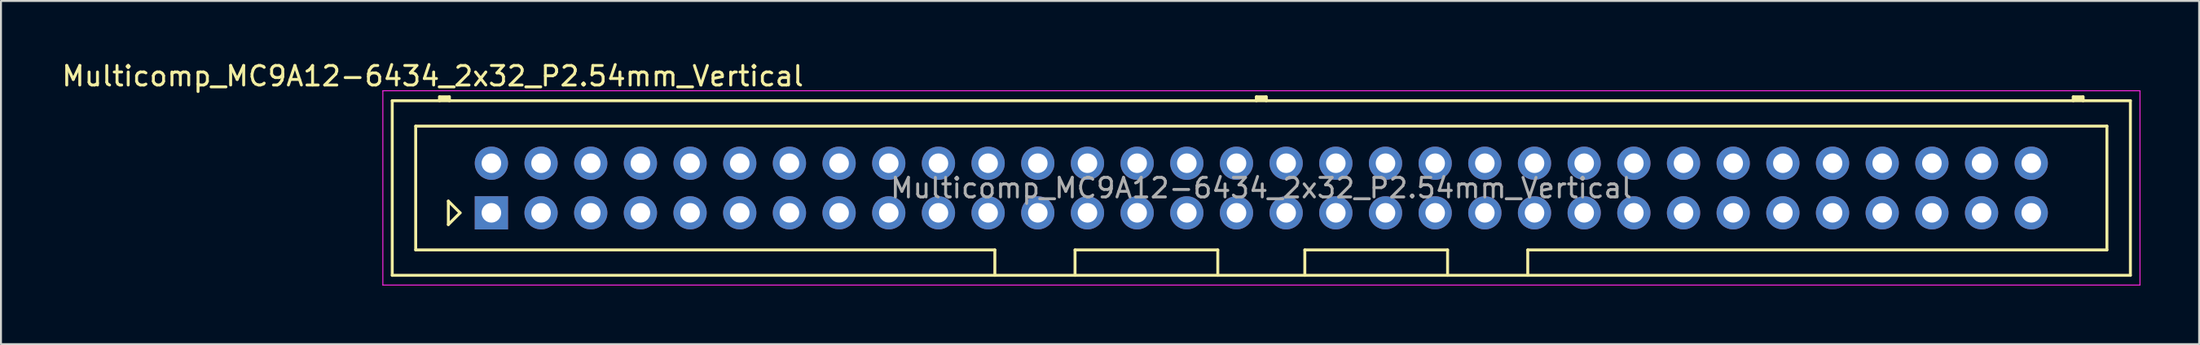
<source format=kicad_pcb>
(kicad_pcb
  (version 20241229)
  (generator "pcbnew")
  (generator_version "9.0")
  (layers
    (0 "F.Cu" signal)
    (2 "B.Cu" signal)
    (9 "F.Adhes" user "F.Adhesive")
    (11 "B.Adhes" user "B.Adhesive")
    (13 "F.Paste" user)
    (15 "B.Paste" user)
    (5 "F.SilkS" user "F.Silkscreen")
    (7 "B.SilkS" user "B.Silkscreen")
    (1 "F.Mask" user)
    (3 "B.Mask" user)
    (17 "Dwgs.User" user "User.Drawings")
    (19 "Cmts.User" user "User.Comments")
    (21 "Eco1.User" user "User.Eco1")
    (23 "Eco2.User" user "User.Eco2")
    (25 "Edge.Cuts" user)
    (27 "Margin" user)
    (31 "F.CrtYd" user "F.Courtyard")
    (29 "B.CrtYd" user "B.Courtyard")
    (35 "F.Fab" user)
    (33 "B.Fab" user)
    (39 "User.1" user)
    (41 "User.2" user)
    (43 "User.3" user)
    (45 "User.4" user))
  (footprint "Multicomp_MC9A12-6434_2x32_P2.54mm_Vertical"
    (layer "F.Cu")
    (at 22.077 7.848)
    (property "Reference" "Multicomp_MC9A12-6434_2x32_P2.54mm_Vertical" (at -3 -7 0) (layer "F.SilkS") (effects (font (size 1 1) (thickness 0.15))))
    (attr through_hole)
    (fp_line (start -5.07 -5.74) (end 83.81 -5.74) (stroke (width 0.15) (type solid)) (layer "F.SilkS"))
    (fp_line (start -5.07 3.2) (end -5.07 -5.74) (stroke (width 0.15) (type solid)) (layer "F.SilkS"))
    (fp_line (start -3.87 -4.44) (end 82.61 -4.44) (stroke (width 0.15) (type solid)) (layer "F.SilkS"))
    (fp_line (start -3.87 1.9) (end -3.87 -4.44) (stroke (width 0.15) (type solid)) (layer "F.SilkS"))
    (fp_line (start -2.65 -5.94) (end -2.15 -5.94) (stroke (width 0.15) (type solid)) (layer "F.SilkS"))
    (fp_line (start -2.65 -5.84) (end -2.15 -5.84) (stroke (width 0.15) (type solid)) (layer "F.SilkS"))
    (fp_line (start -2.65 -5.74) (end -2.65 -5.94) (stroke (width 0.15) (type solid)) (layer "F.SilkS"))
    (fp_line (start -2.2 -0.6) (end -1.6 0) (stroke (width 0.15) (type solid)) (layer "F.SilkS"))
    (fp_line (start -2.2 0.6) (end -2.2 -0.6) (stroke (width 0.15) (type solid)) (layer "F.SilkS"))
    (fp_line (start -2.15 -5.94) (end -2.15 -5.74) (stroke (width 0.15) (type solid)) (layer "F.SilkS"))
    (fp_line (start -1.6 0) (end -2.2 0.6) (stroke (width 0.15) (type solid)) (layer "F.SilkS"))
    (fp_line (start 25.745 1.9) (end -3.87 1.9) (stroke (width 0.15) (type solid)) (layer "F.SilkS"))
    (fp_line (start 25.745 3.2) (end 25.745 1.9) (stroke (width 0.15) (type solid)) (layer "F.SilkS"))
    (fp_line (start 29.845 1.9) (end 37.145 1.9) (stroke (width 0.15) (type solid)) (layer "F.SilkS"))
    (fp_line (start 29.845 3.2) (end 29.845 1.9) (stroke (width 0.15) (type solid)) (layer "F.SilkS"))
    (fp_line (start 37.145 1.9) (end 37.145 3.2) (stroke (width 0.15) (type solid)) (layer "F.SilkS"))
    (fp_line (start 39.12 -5.94) (end 39.62 -5.94) (stroke (width 0.15) (type solid)) (layer "F.SilkS"))
    (fp_line (start 39.12 -5.84) (end 39.62 -5.84) (stroke (width 0.15) (type solid)) (layer "F.SilkS"))
    (fp_line (start 39.12 -5.74) (end 39.12 -5.94) (stroke (width 0.15) (type solid)) (layer "F.SilkS"))
    (fp_line (start 39.62 -5.94) (end 39.62 -5.74) (stroke (width 0.15) (type solid)) (layer "F.SilkS"))
    (fp_line (start 41.595 1.9) (end 41.595 3.2) (stroke (width 0.15) (type solid)) (layer "F.SilkS"))
    (fp_line (start 48.895 1.9) (end 41.595 1.9) (stroke (width 0.15) (type solid)) (layer "F.SilkS"))
    (fp_line (start 48.895 3.2) (end 48.895 1.9) (stroke (width 0.15) (type solid)) (layer "F.SilkS"))
    (fp_line (start 52.995 1.9) (end 52.995 3.2) (stroke (width 0.15) (type solid)) (layer "F.SilkS"))
    (fp_line (start 80.89 -5.94) (end 81.39 -5.94) (stroke (width 0.15) (type solid)) (layer "F.SilkS"))
    (fp_line (start 80.89 -5.84) (end 81.39 -5.84) (stroke (width 0.15) (type solid)) (layer "F.SilkS"))
    (fp_line (start 80.89 -5.74) (end 80.89 -5.94) (stroke (width 0.15) (type solid)) (layer "F.SilkS"))
    (fp_line (start 81.39 -5.94) (end 81.39 -5.74) (stroke (width 0.15) (type solid)) (layer "F.SilkS"))
    (fp_line (start 82.61 -4.44) (end 82.61 1.9) (stroke (width 0.15) (type solid)) (layer "F.SilkS"))
    (fp_line (start 82.61 1.9) (end 52.995 1.9) (stroke (width 0.15) (type solid)) (layer "F.SilkS"))
    (fp_line (start 83.81 -5.74) (end 83.81 3.2) (stroke (width 0.15) (type solid)) (layer "F.SilkS"))
    (fp_line (start 83.81 3.2) (end -5.07 3.2) (stroke (width 0.15) (type solid)) (layer "F.SilkS"))
    (fp_line (start -5.55 -6.25) (end 84.3 -6.25) (stroke (width 0.05) (type solid)) (layer "F.CrtYd"))
    (fp_line (start -5.55 3.7) (end -5.55 -6.25) (stroke (width 0.05) (type solid)) (layer "F.CrtYd"))
    (fp_line (start 84.3 -6.25) (end 84.3 3.7) (stroke (width 0.05) (type solid)) (layer "F.CrtYd"))
    (fp_line (start 84.3 3.7) (end -5.55 3.7) (stroke (width 0.05) (type solid)) (layer "F.CrtYd"))
    (fp_text user "${REFERENCE}" (at 39.37 -1.27 0) (layer "F.Fab") (effects (font (size 1 1) (thickness 0.15))))
    (pad "1" thru_hole rect (at 0 0) (size 1.7 1.7) (drill 1) (layers "*.Cu" "*.Mask"))
    (pad "2" thru_hole circle (at 0 -2.54) (size 1.7 1.7) (drill 1) (layers "*.Cu" "*.Mask"))
    (pad "3" thru_hole circle (at 2.54 0) (size 1.7 1.7) (drill 1) (layers "*.Cu" "*.Mask"))
    (pad "4" thru_hole circle (at 2.54 -2.54) (size 1.7 1.7) (drill 1) (layers "*.Cu" "*.Mask"))
    (pad "5" thru_hole circle (at 5.08 0) (size 1.7 1.7) (drill 1) (layers "*.Cu" "*.Mask"))
    (pad "6" thru_hole circle (at 5.08 -2.54) (size 1.7 1.7) (drill 1) (layers "*.Cu" "*.Mask"))
    (pad "7" thru_hole circle (at 7.62 0) (size 1.7 1.7) (drill 1) (layers "*.Cu" "*.Mask"))
    (pad "8" thru_hole circle (at 7.62 -2.54) (size 1.7 1.7) (drill 1) (layers "*.Cu" "*.Mask"))
    (pad "9" thru_hole circle (at 10.16 0) (size 1.7 1.7) (drill 1) (layers "*.Cu" "*.Mask"))
    (pad "10" thru_hole circle (at 10.16 -2.54) (size 1.7 1.7) (drill 1) (layers "*.Cu" "*.Mask"))
    (pad "11" thru_hole circle (at 12.7 0) (size 1.7 1.7) (drill 1) (layers "*.Cu" "*.Mask"))
    (pad "12" thru_hole circle (at 12.7 -2.54) (size 1.7 1.7) (drill 1) (layers "*.Cu" "*.Mask"))
    (pad "13" thru_hole circle (at 15.24 0) (size 1.7 1.7) (drill 1) (layers "*.Cu" "*.Mask"))
    (pad "14" thru_hole circle (at 15.24 -2.54) (size 1.7 1.7) (drill 1) (layers "*.Cu" "*.Mask"))
    (pad "15" thru_hole circle (at 17.78 0) (size 1.7 1.7) (drill 1) (layers "*.Cu" "*.Mask"))
    (pad "16" thru_hole circle (at 17.78 -2.54) (size 1.7 1.7) (drill 1) (layers "*.Cu" "*.Mask"))
    (pad "17" thru_hole circle (at 20.32 0) (size 1.7 1.7) (drill 1) (layers "*.Cu" "*.Mask"))
    (pad "18" thru_hole circle (at 20.32 -2.54) (size 1.7 1.7) (drill 1) (layers "*.Cu" "*.Mask"))
    (pad "19" thru_hole circle (at 22.86 0) (size 1.7 1.7) (drill 1) (layers "*.Cu" "*.Mask"))
    (pad "20" thru_hole circle (at 22.86 -2.54) (size 1.7 1.7) (drill 1) (layers "*.Cu" "*.Mask"))
    (pad "21" thru_hole circle (at 25.4 0) (size 1.7 1.7) (drill 1) (layers "*.Cu" "*.Mask"))
    (pad "22" thru_hole circle (at 25.4 -2.54) (size 1.7 1.7) (drill 1) (layers "*.Cu" "*.Mask"))
    (pad "23" thru_hole circle (at 27.94 0) (size 1.7 1.7) (drill 1) (layers "*.Cu" "*.Mask"))
    (pad "24" thru_hole circle (at 27.94 -2.54) (size 1.7 1.7) (drill 1) (layers "*.Cu" "*.Mask"))
    (pad "25" thru_hole circle (at 30.48 0) (size 1.7 1.7) (drill 1) (layers "*.Cu" "*.Mask"))
    (pad "26" thru_hole circle (at 30.48 -2.54) (size 1.7 1.7) (drill 1) (layers "*.Cu" "*.Mask"))
    (pad "27" thru_hole circle (at 33.02 0) (size 1.7 1.7) (drill 1) (layers "*.Cu" "*.Mask"))
    (pad "28" thru_hole circle (at 33.02 -2.54) (size 1.7 1.7) (drill 1) (layers "*.Cu" "*.Mask"))
    (pad "29" thru_hole circle (at 35.56 0) (size 1.7 1.7) (drill 1) (layers "*.Cu" "*.Mask"))
    (pad "30" thru_hole circle (at 35.56 -2.54) (size 1.7 1.7) (drill 1) (layers "*.Cu" "*.Mask"))
    (pad "31" thru_hole circle (at 38.1 0) (size 1.7 1.7) (drill 1) (layers "*.Cu" "*.Mask"))
    (pad "32" thru_hole circle (at 38.1 -2.54) (size 1.7 1.7) (drill 1) (layers "*.Cu" "*.Mask"))
    (pad "33" thru_hole circle (at 40.64 0) (size 1.7 1.7) (drill 1) (layers "*.Cu" "*.Mask"))
    (pad "34" thru_hole circle (at 40.64 -2.54) (size 1.7 1.7) (drill 1) (layers "*.Cu" "*.Mask"))
    (pad "35" thru_hole circle (at 43.18 0) (size 1.7 1.7) (drill 1) (layers "*.Cu" "*.Mask"))
    (pad "36" thru_hole circle (at 43.18 -2.54) (size 1.7 1.7) (drill 1) (layers "*.Cu" "*.Mask"))
    (pad "37" thru_hole circle (at 45.72 0) (size 1.7 1.7) (drill 1) (layers "*.Cu" "*.Mask"))
    (pad "38" thru_hole circle (at 45.72 -2.54) (size 1.7 1.7) (drill 1) (layers "*.Cu" "*.Mask"))
    (pad "39" thru_hole circle (at 48.26 0) (size 1.7 1.7) (drill 1) (layers "*.Cu" "*.Mask"))
    (pad "40" thru_hole circle (at 48.26 -2.54) (size 1.7 1.7) (drill 1) (layers "*.Cu" "*.Mask"))
    (pad "41" thru_hole circle (at 50.8 0) (size 1.7 1.7) (drill 1) (layers "*.Cu" "*.Mask"))
    (pad "42" thru_hole circle (at 50.8 -2.54) (size 1.7 1.7) (drill 1) (layers "*.Cu" "*.Mask"))
    (pad "43" thru_hole circle (at 53.34 0) (size 1.7 1.7) (drill 1) (layers "*.Cu" "*.Mask"))
    (pad "44" thru_hole circle (at 53.34 -2.54) (size 1.7 1.7) (drill 1) (layers "*.Cu" "*.Mask"))
    (pad "45" thru_hole circle (at 55.88 0) (size 1.7 1.7) (drill 1) (layers "*.Cu" "*.Mask"))
    (pad "46" thru_hole circle (at 55.88 -2.54) (size 1.7 1.7) (drill 1) (layers "*.Cu" "*.Mask"))
    (pad "47" thru_hole circle (at 58.42 0) (size 1.7 1.7) (drill 1) (layers "*.Cu" "*.Mask"))
    (pad "48" thru_hole circle (at 58.42 -2.54) (size 1.7 1.7) (drill 1) (layers "*.Cu" "*.Mask"))
    (pad "49" thru_hole circle (at 60.96 0) (size 1.7 1.7) (drill 1) (layers "*.Cu" "*.Mask"))
    (pad "50" thru_hole circle (at 60.96 -2.54) (size 1.7 1.7) (drill 1) (layers "*.Cu" "*.Mask"))
    (pad "51" thru_hole circle (at 63.5 0) (size 1.7 1.7) (drill 1) (layers "*.Cu" "*.Mask"))
    (pad "52" thru_hole circle (at 63.5 -2.54) (size 1.7 1.7) (drill 1) (layers "*.Cu" "*.Mask"))
    (pad "53" thru_hole circle (at 66.04 0) (size 1.7 1.7) (drill 1) (layers "*.Cu" "*.Mask"))
    (pad "54" thru_hole circle (at 66.04 -2.54) (size 1.7 1.7) (drill 1) (layers "*.Cu" "*.Mask"))
    (pad "55" thru_hole circle (at 68.58 0) (size 1.7 1.7) (drill 1) (layers "*.Cu" "*.Mask"))
    (pad "56" thru_hole circle (at 68.58 -2.54) (size 1.7 1.7) (drill 1) (layers "*.Cu" "*.Mask"))
    (pad "57" thru_hole circle (at 71.12 0) (size 1.7 1.7) (drill 1) (layers "*.Cu" "*.Mask"))
    (pad "58" thru_hole circle (at 71.12 -2.54) (size 1.7 1.7) (drill 1) (layers "*.Cu" "*.Mask"))
    (pad "59" thru_hole circle (at 73.66 0) (size 1.7 1.7) (drill 1) (layers "*.Cu" "*.Mask"))
    (pad "60" thru_hole circle (at 73.66 -2.54) (size 1.7 1.7) (drill 1) (layers "*.Cu" "*.Mask"))
    (pad "61" thru_hole circle (at 76.2 0) (size 1.7 1.7) (drill 1) (layers "*.Cu" "*.Mask"))
    (pad "62" thru_hole circle (at 76.2 -2.54) (size 1.7 1.7) (drill 1) (layers "*.Cu" "*.Mask"))
    (pad "63" thru_hole circle (at 78.74 0) (size 1.7 1.7) (drill 1) (layers "*.Cu" "*.Mask"))
    (pad "64" thru_hole circle (at 78.74 -2.54) (size 1.7 1.7) (drill 1) (layers "*.Cu" "*.Mask")))
  (gr_rect
    (start -3 -3)
    (end 109.402 14.573)
    (stroke (width 0.1) (type default))
    (fill no)
    (layer "Edge.Cuts")))
</source>
